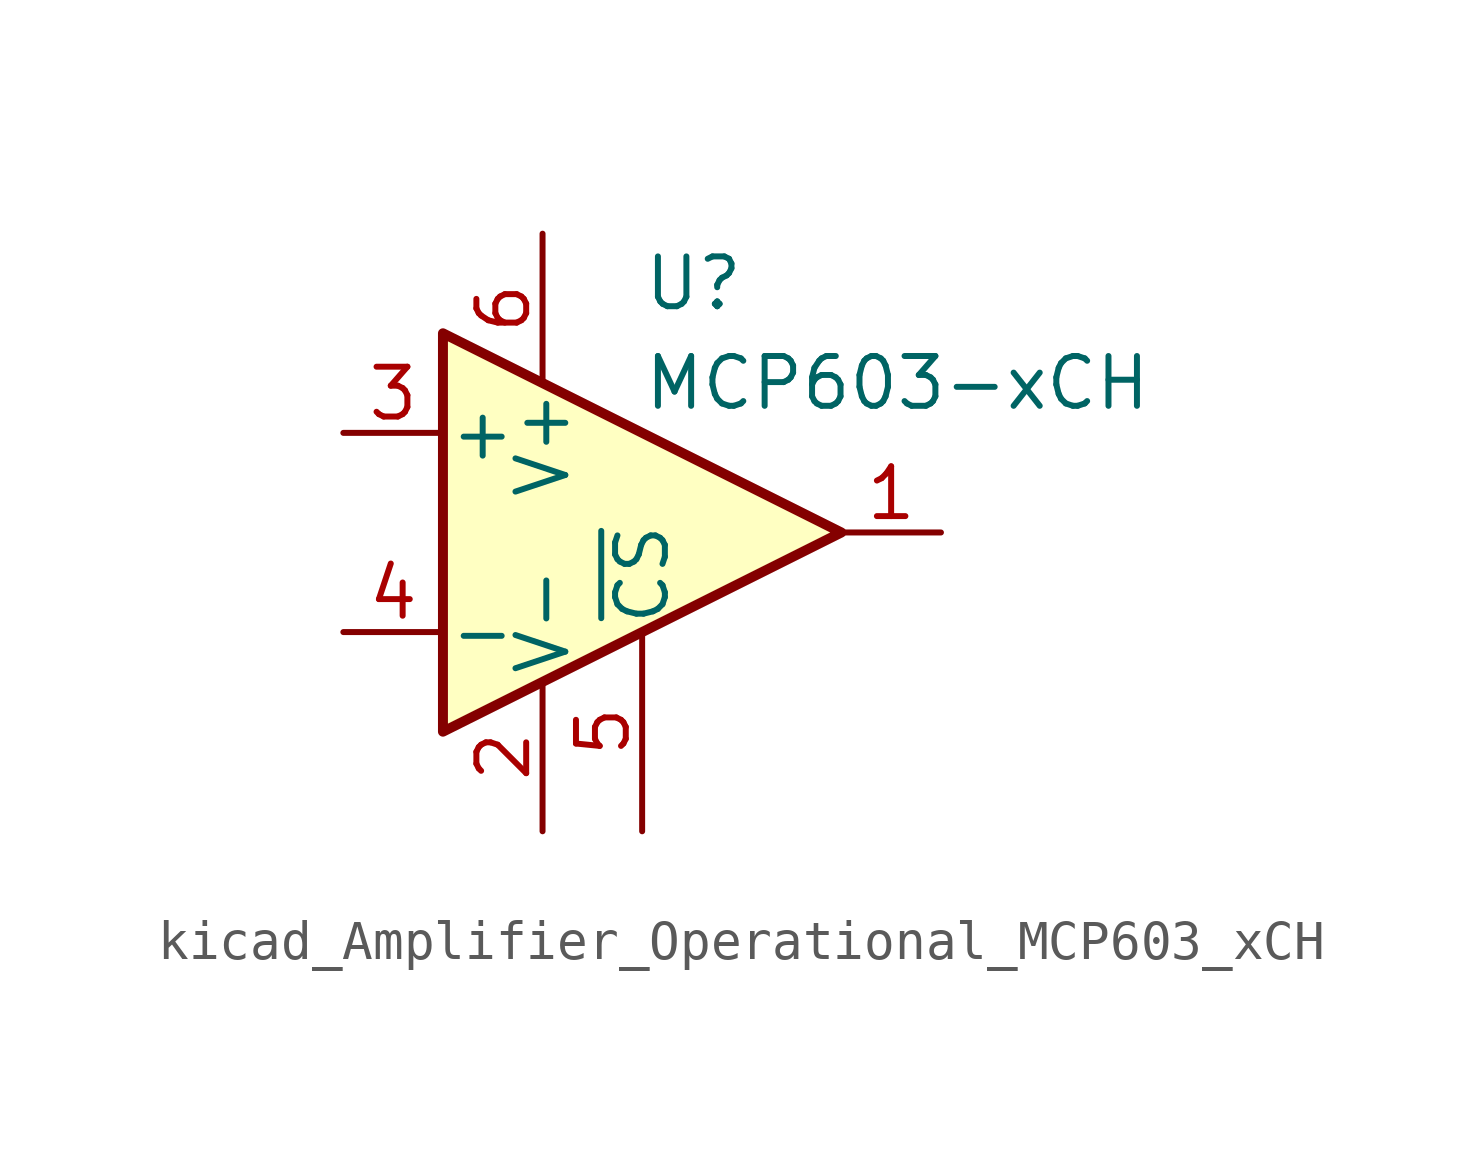
<source format=kicad_sym>
(kicad_symbol_lib
  (version 20220914)
  (generator kicad_symbol_editor)
  (symbol "kicad_Amplifier_Operational_MCP603_xCH"
    (pin_names
      (offset 0.127))
    (property "Reference" "U"
      (at 0 6.35 0)
      (effects (font (size 1.27 1.27)) (justify left)))
    (property "Value" "MCP603-xCH"
      (at 0 3.81 0)
      (effects (font (size 1.27 1.27)) (justify left)))
    (symbol "kicad_Amplifier_Operational_MCP603_xCH_0_1"
      (polyline (pts (xy -5.08 5.08) (xy 5.08 0) (xy -5.08 -5.08) (xy -5.08 5.08)) (stroke (width 0.254) (type default)) (fill (type background))))
    (symbol "kicad_Amplifier_Operational_MCP603_xCH_1_1"
      (pin output line (at 7.62 0 180) (length 2.54) (name "~" (effects (font (size 1.27 1.27)))) (number "1" (effects (font (size 1.27 1.27)))))
      (pin power_in line (at -2.54 -7.62 90) (length 3.81) (name "V-" (effects (font (size 1.27 1.27)))) (number "2" (effects (font (size 1.27 1.27)))))
      (pin input line (at -7.62 2.54 0) (length 2.54) (name "+" (effects (font (size 1.27 1.27)))) (number "3" (effects (font (size 1.27 1.27)))))
      (pin input line (at -7.62 -2.54 0) (length 2.54) (name "-" (effects (font (size 1.27 1.27)))) (number "4" (effects (font (size 1.27 1.27)))))
      (pin input line (at 0 -7.62 90) (length 5.08) (name "~{CS}" (effects (font (size 1.27 1.27)))) (number "5" (effects (font (size 1.27 1.27)))))
      (pin power_in line (at -2.54 7.62 270) (length 3.81) (name "V+" (effects (font (size 1.27 1.27)))) (number "6" (effects (font (size 1.27 1.27))))))))
</source>
